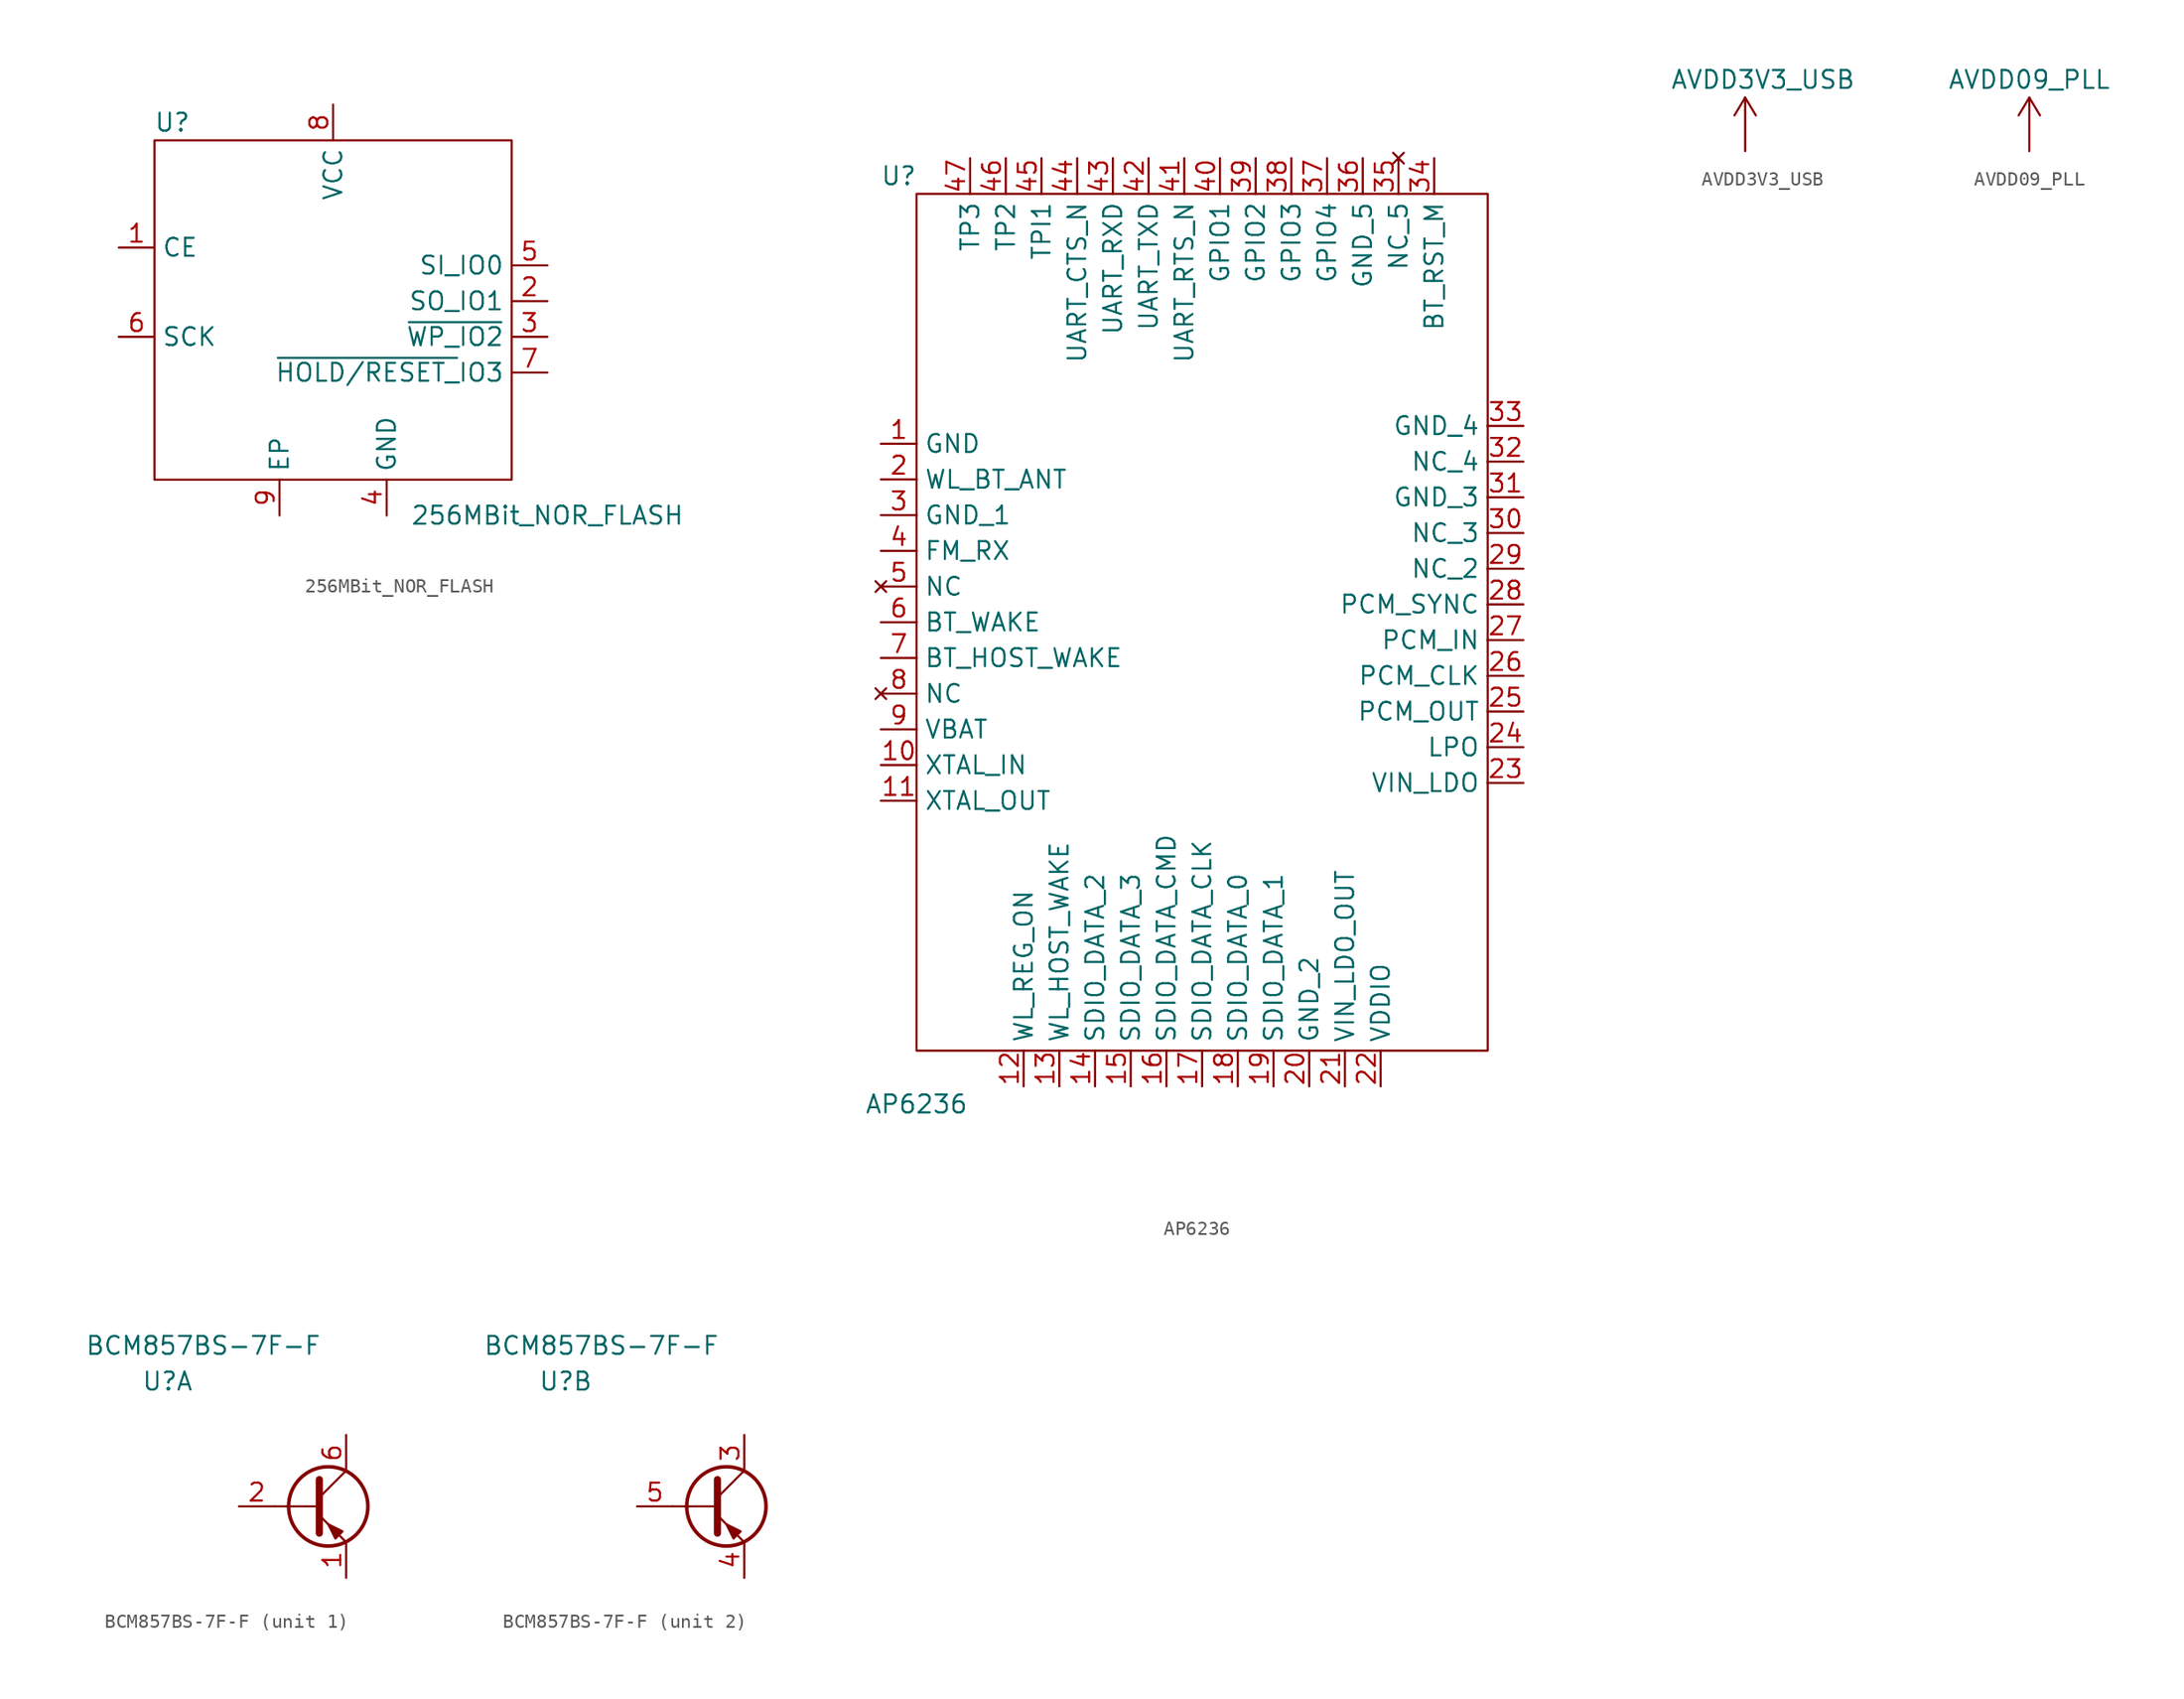
<source format=kicad_sym>
(kicad_symbol_lib
  (version 20201005)
  (generator kicad_symbol_editor)
  (symbol "BeagleV:256MBit_NOR_FLASH"
    (property "Reference" "U"
      (at -11.43 12.7 0)
      (effects (font (size 1.27 1.27))))
    (property "Value" "256MBit_NOR_FLASH"
      (at 15.24 -15.24 0)
      (effects (font (size 1.27 1.27))))
    (symbol "256MBit_NOR_FLASH_0_0"
      (rectangle (start -12.7 11.43) (end 12.7 -12.7) (stroke (width 0.152)) (fill (type none))))
    (symbol "256MBit_NOR_FLASH_1_1"
      (pin input line (at -15.24 3.81 0) (length 2.54) (name "CE" (effects (font (size 1.27 1.27)))) (number "1" (effects (font (size 1.27 1.27)))))
      (pin input line (at 15.24 0 180) (length 2.54) (name "SO_IO1" (effects (font (size 1.27 1.27)))) (number "2" (effects (font (size 1.27 1.27)))))
      (pin input line (at 15.24 -2.54 180) (length 2.54) (name "~WP_IO2" (effects (font (size 1.27 1.27)))) (number "3" (effects (font (size 1.27 1.27)))))
      (pin power_in line (at 3.81 -15.24 90) (length 2.54) (name "GND" (effects (font (size 1.27 1.27)))) (number "4" (effects (font (size 1.27 1.27)))))
      (pin input line (at 15.24 2.54 180) (length 2.54) (name "SI_IO0" (effects (font (size 1.27 1.27)))) (number "5" (effects (font (size 1.27 1.27)))))
      (pin input line (at -15.24 -2.54 0) (length 2.54) (name "SCK" (effects (font (size 1.27 1.27)))) (number "6" (effects (font (size 1.27 1.27)))))
      (pin input line (at 15.24 -5.08 180) (length 2.54) (name "~HOLD/RESET_~IO3" (effects (font (size 1.27 1.27)))) (number "7" (effects (font (size 1.27 1.27)))))
      (pin power_in line (at 0 13.97 270) (length 2.54) (name "VCC" (effects (font (size 1.27 1.27)))) (number "8" (effects (font (size 1.27 1.27)))))
      (pin power_in line (at -3.81 -15.24 90) (length 2.54) (name "EP" (effects (font (size 1.27 1.27)))) (number "9" (effects (font (size 1.27 1.27)))))))
  (symbol "BeagleV:AP6236"
    (property "Reference" "U"
      (at -21.59 31.75 0)
      (effects (font (size 1.27 1.27))))
    (property "Value" "AP6236"
      (at -20.32 -34.29 0)
      (effects (font (size 1.27 1.27))))
    (symbol "AP6236_0_1"
      (rectangle (start -20.32 30.48) (end 20.32 -30.48) (stroke (width 0.152)) (fill (type none))))
    (symbol "AP6236_1_1"
      (pin input line (at -22.86 12.7 0) (length 2.56) (name "GND" (effects (font (size 1.27 1.27)))) (number "1" (effects (font (size 1.27 1.27)))))
      (pin input line (at -22.86 -10.16 0) (length 2.56) (name "XTAL_IN" (effects (font (size 1.27 1.27)))) (number "10" (effects (font (size 1.27 1.27)))))
      (pin output line (at -22.86 -12.7 0) (length 2.56) (name "XTAL_OUT" (effects (font (size 1.27 1.27)))) (number "11" (effects (font (size 1.27 1.27)))))
      (pin input line (at -12.7 -33.02 90) (length 2.56) (name "WL_REG_ON" (effects (font (size 1.27 1.27)))) (number "12" (effects (font (size 1.27 1.27)))))
      (pin input line (at -10.16 -33.02 90) (length 2.56) (name "WL_HOST_WAKE" (effects (font (size 1.27 1.27)))) (number "13" (effects (font (size 1.27 1.27)))))
      (pin bidirectional line (at -7.62 -33.02 90) (length 2.56) (name "SDIO_DATA_2" (effects (font (size 1.27 1.27)))) (number "14" (effects (font (size 1.27 1.27)))))
      (pin bidirectional line (at -5.08 -33.02 90) (length 2.56) (name "SDIO_DATA_3" (effects (font (size 1.27 1.27)))) (number "15" (effects (font (size 1.27 1.27)))))
      (pin input line (at -2.54 -33.02 90) (length 2.56) (name "SDIO_DATA_CMD" (effects (font (size 1.27 1.27)))) (number "16" (effects (font (size 1.27 1.27)))))
      (pin input line (at 0 -33.02 90) (length 2.56) (name "SDIO_DATA_CLK" (effects (font (size 1.27 1.27)))) (number "17" (effects (font (size 1.27 1.27)))))
      (pin bidirectional line (at 2.54 -33.02 90) (length 2.56) (name "SDIO_DATA_0" (effects (font (size 1.27 1.27)))) (number "18" (effects (font (size 1.27 1.27)))))
      (pin bidirectional line (at 5.08 -33.02 90) (length 2.56) (name "SDIO_DATA_1" (effects (font (size 1.27 1.27)))) (number "19" (effects (font (size 1.27 1.27)))))
      (pin output line (at -22.86 10.16 0) (length 2.56) (name "WL_BT_ANT" (effects (font (size 1.27 1.27)))) (number "2" (effects (font (size 1.27 1.27)))))
      (pin power_in line (at 7.62 -33.02 90) (length 2.56) (name "GND_2" (effects (font (size 1.27 1.27)))) (number "20" (effects (font (size 1.27 1.27)))))
      (pin power_out line (at 10.16 -33.02 90) (length 2.56) (name "VIN_LDO_OUT" (effects (font (size 1.27 1.27)))) (number "21" (effects (font (size 1.27 1.27)))))
      (pin power_in line (at 12.7 -33.02 90) (length 2.56) (name "VDDIO" (effects (font (size 1.27 1.27)))) (number "22" (effects (font (size 1.27 1.27)))))
      (pin power_in line (at 22.86 -11.43 180) (length 2.56) (name "VIN_LDO" (effects (font (size 1.27 1.27)))) (number "23" (effects (font (size 1.27 1.27)))))
      (pin output line (at 22.86 -8.89 180) (length 2.56) (name "LPO" (effects (font (size 1.27 1.27)))) (number "24" (effects (font (size 1.27 1.27)))))
      (pin output line (at 22.86 -6.35 180) (length 2.56) (name "PCM_OUT" (effects (font (size 1.27 1.27)))) (number "25" (effects (font (size 1.27 1.27)))))
      (pin output line (at 22.86 -3.81 180) (length 2.56) (name "PCM_CLK" (effects (font (size 1.27 1.27)))) (number "26" (effects (font (size 1.27 1.27)))))
      (pin input line (at 22.86 -1.27 180) (length 2.56) (name "PCM_IN" (effects (font (size 1.27 1.27)))) (number "27" (effects (font (size 1.27 1.27)))))
      (pin input line (at 22.86 1.27 180) (length 2.56) (name "PCM_SYNC" (effects (font (size 1.27 1.27)))) (number "28" (effects (font (size 1.27 1.27)))))
      (pin passive line (at 22.86 3.81 180) (length 2.56) (name "NC_2" (effects (font (size 1.27 1.27)))) (number "29" (effects (font (size 1.27 1.27)))))
      (pin power_in line (at -22.86 7.62 0) (length 2.56) (name "GND_1" (effects (font (size 1.27 1.27)))) (number "3" (effects (font (size 1.27 1.27)))))
      (pin output line (at 22.86 6.35 180) (length 2.56) (name "NC_3" (effects (font (size 1.27 1.27)))) (number "30" (effects (font (size 1.27 1.27)))))
      (pin power_in line (at 22.86 8.89 180) (length 2.56) (name "GND_3" (effects (font (size 1.27 1.27)))) (number "31" (effects (font (size 1.27 1.27)))))
      (pin passive line (at 22.86 11.43 180) (length 2.56) (name "NC_4" (effects (font (size 1.27 1.27)))) (number "32" (effects (font (size 1.27 1.27)))))
      (pin power_in line (at 22.86 13.97 180) (length 2.56) (name "GND_4" (effects (font (size 1.27 1.27)))) (number "33" (effects (font (size 1.27 1.27)))))
      (pin input line (at 16.51 33.02 270) (length 2.56) (name "BT_RST_M" (effects (font (size 1.27 1.27)))) (number "34" (effects (font (size 1.27 1.27)))))
      (pin no_connect line (at 13.97 33.02 270) (length 2.56) (name "NC_5" (effects (font (size 1.27 1.27)))) (number "35" (effects (font (size 1.27 1.27)))))
      (pin power_in line (at 11.43 33.02 270) (length 2.56) (name "GND_5" (effects (font (size 1.27 1.27)))) (number "36" (effects (font (size 1.27 1.27)))))
      (pin bidirectional line (at 8.89 33.02 270) (length 2.56) (name "GPIO4" (effects (font (size 1.27 1.27)))) (number "37" (effects (font (size 1.27 1.27)))))
      (pin bidirectional line (at 6.35 33.02 270) (length 2.56) (name "GPIO3" (effects (font (size 1.27 1.27)))) (number "38" (effects (font (size 1.27 1.27)))))
      (pin bidirectional line (at 3.81 33.02 270) (length 2.56) (name "GPIO2" (effects (font (size 1.27 1.27)))) (number "39" (effects (font (size 1.27 1.27)))))
      (pin input line (at -22.86 5.08 0) (length 2.56) (name "FM_RX" (effects (font (size 1.27 1.27)))) (number "4" (effects (font (size 1.27 1.27)))))
      (pin bidirectional line (at 1.27 33.02 270) (length 2.56) (name "GPIO1" (effects (font (size 1.27 1.27)))) (number "40" (effects (font (size 1.27 1.27)))))
      (pin input line (at -1.27 33.02 270) (length 2.56) (name "UART_RTS_N" (effects (font (size 1.27 1.27)))) (number "41" (effects (font (size 1.27 1.27)))))
      (pin output line (at -3.81 33.02 270) (length 2.56) (name "UART_TXD" (effects (font (size 1.27 1.27)))) (number "42" (effects (font (size 1.27 1.27)))))
      (pin input line (at -6.35 33.02 270) (length 2.56) (name "UART_RXD" (effects (font (size 1.27 1.27)))) (number "43" (effects (font (size 1.27 1.27)))))
      (pin input line (at -8.89 33.02 270) (length 2.56) (name "UART_CTS_N" (effects (font (size 1.27 1.27)))) (number "44" (effects (font (size 1.27 1.27)))))
      (pin output line (at -11.43 33.02 270) (length 2.56) (name "TPI1" (effects (font (size 1.27 1.27)))) (number "45" (effects (font (size 1.27 1.27)))))
      (pin output line (at -13.97 33.02 270) (length 2.56) (name "TP2" (effects (font (size 1.27 1.27)))) (number "46" (effects (font (size 1.27 1.27)))))
      (pin output line (at -16.51 33.02 270) (length 2.56) (name "TP3" (effects (font (size 1.27 1.27)))) (number "47" (effects (font (size 1.27 1.27)))))
      (pin no_connect line (at -22.86 2.54 0) (length 2.56) (name "NC" (effects (font (size 1.27 1.27)))) (number "5" (effects (font (size 1.27 1.27)))))
      (pin input line (at -22.86 0 0) (length 2.56) (name "BT_WAKE" (effects (font (size 1.27 1.27)))) (number "6" (effects (font (size 1.27 1.27)))))
      (pin input line (at -22.86 -2.54 0) (length 2.56) (name "BT_HOST_WAKE" (effects (font (size 1.27 1.27)))) (number "7" (effects (font (size 1.27 1.27)))))
      (pin no_connect line (at -22.86 -5.08 0) (length 2.56) (name "NC" (effects (font (size 1.27 1.27)))) (number "8" (effects (font (size 1.27 1.27)))))
      (pin power_in line (at -22.86 -7.62 0) (length 2.56) (name "VBAT" (effects (font (size 1.27 1.27)))) (number "9" (effects (font (size 1.27 1.27)))))))
  (symbol "BeagleV:AVDD3V3_USB"
    (property "Reference" "P"
      (at 0 0 0)
      (effects (font (size 1.27 1.27)) hide))
    (property "Value" "AVDD3V3_USB"
      (at 1.27 5.08 0)
      (effects (font (size 1.27 1.27))))
    (symbol "AVDD3V3_USB_0_1"
      (polyline (pts (xy 0 0) (xy 0 3.81)) (stroke (width 0)) (fill (type none)))
      (polyline (pts (xy 0 3.81) (xy -0.762 2.54)) (stroke (width 0)) (fill (type none)))
      (polyline (pts (xy 0 3.81) (xy 0.762 2.54)) (stroke (width 0)) (fill (type none))))
    (symbol "AVDD3V3_USB_1_1"
      (pin power_in line (at 0 0 90) (length 0) hide (name "LDO_3V3" (effects (font (size 1.27 1.27)))) (number "1" (effects (font (size 1.27 1.27)))))))
  (symbol "BeagleV:AVDD09_PLL"
    (property "Reference" "P"
      (at 0 0 0)
      (effects (font (size 1.27 1.27)) hide))
    (property "Value" "AVDD09_PLL"
      (at 0 5.08 0)
      (effects (font (size 1.27 1.27))))
    (symbol "AVDD09_PLL_0_1"
      (polyline (pts (xy 0 0) (xy 0 3.81)) (stroke (width 0)) (fill (type none)))
      (polyline (pts (xy 0 3.81) (xy -0.762 2.54)) (stroke (width 0)) (fill (type none)))
      (polyline (pts (xy 0 3.81) (xy 0.762 2.54)) (stroke (width 0)) (fill (type none))))
    (symbol "AVDD09_PLL_1_1"
      (pin power_in line (at 0 0 90) (length 0) hide (name "" (effects (font (size 1.27 1.27)))) (number "1" (effects (font (size 1.27 1.27)))))))
  (symbol "BeagleV:BCM857BS-7F-F"
    (property "Reference" "U"
      (at -12.7 8.89 0)
      (effects (font (size 1.27 1.27))))
    (property "Value" "BCM857BS-7F-F"
      (at -10.16 11.43 0)
      (effects (font (size 1.27 1.27))))
    (property "ki_locked" ""
      (at 0 0 0)
      (effects (font (size 1.27 1.27))))
    (symbol "BCM857BS-7F-F_0_1"
      (circle (center -1.27 0) (radius 2.819) (stroke (width 0.254)) (fill (type none)))
      (polyline (pts (xy -1.905 0) (xy -5.08 0)) (stroke (width 0)) (fill (type none)))
      (polyline (pts (xy -1.905 0.635) (xy 0 2.54)) (stroke (width 0)) (fill (type none)))
      (polyline (pts (xy -1.905 -0.635) (xy 0 -2.54) (xy 0 -2.54)) (stroke (width 0)) (fill (type none)))
      (polyline (pts (xy -1.905 1.905) (xy -1.905 -1.905) (xy -1.905 -1.905)) (stroke (width 0.508)) (fill (type none)))
      (polyline (pts (xy -0.254 -1.778) (xy -0.762 -2.286) (xy -1.27 -1.27) (xy -0.254 -1.778) (xy -0.254 -1.778)) (stroke (width 0)) (fill (type outline))))
    (symbol "BCM857BS-7F-F_1_1"
      (pin passive line (at 0 -5.08 90) (length 2.54) (name "" (effects (font (size 1.27 1.27)))) (number "1" (effects (font (size 1.27 1.27)))))
      (pin input line (at -7.62 0 0) (length 2.54) (name "" (effects (font (size 1.27 1.27)))) (number "2" (effects (font (size 1.27 1.27)))))
      (pin passive line (at 0 5.08 270) (length 2.54) (name "" (effects (font (size 1.27 1.27)))) (number "6" (effects (font (size 1.27 1.27))))))
    (symbol "BCM857BS-7F-F_2_1"
      (pin passive line (at 0 5.08 270) (length 2.54) (name "" (effects (font (size 1.27 1.27)))) (number "3" (effects (font (size 1.27 1.27)))))
      (pin passive line (at 0 -5.08 90) (length 2.54) (name "" (effects (font (size 1.27 1.27)))) (number "4" (effects (font (size 1.27 1.27)))))
      (pin passive line (at -7.62 0 0) (length 2.54) (name "" (effects (font (size 1.27 1.27)))) (number "5" (effects (font (size 1.27 1.27))))))))
</source>
